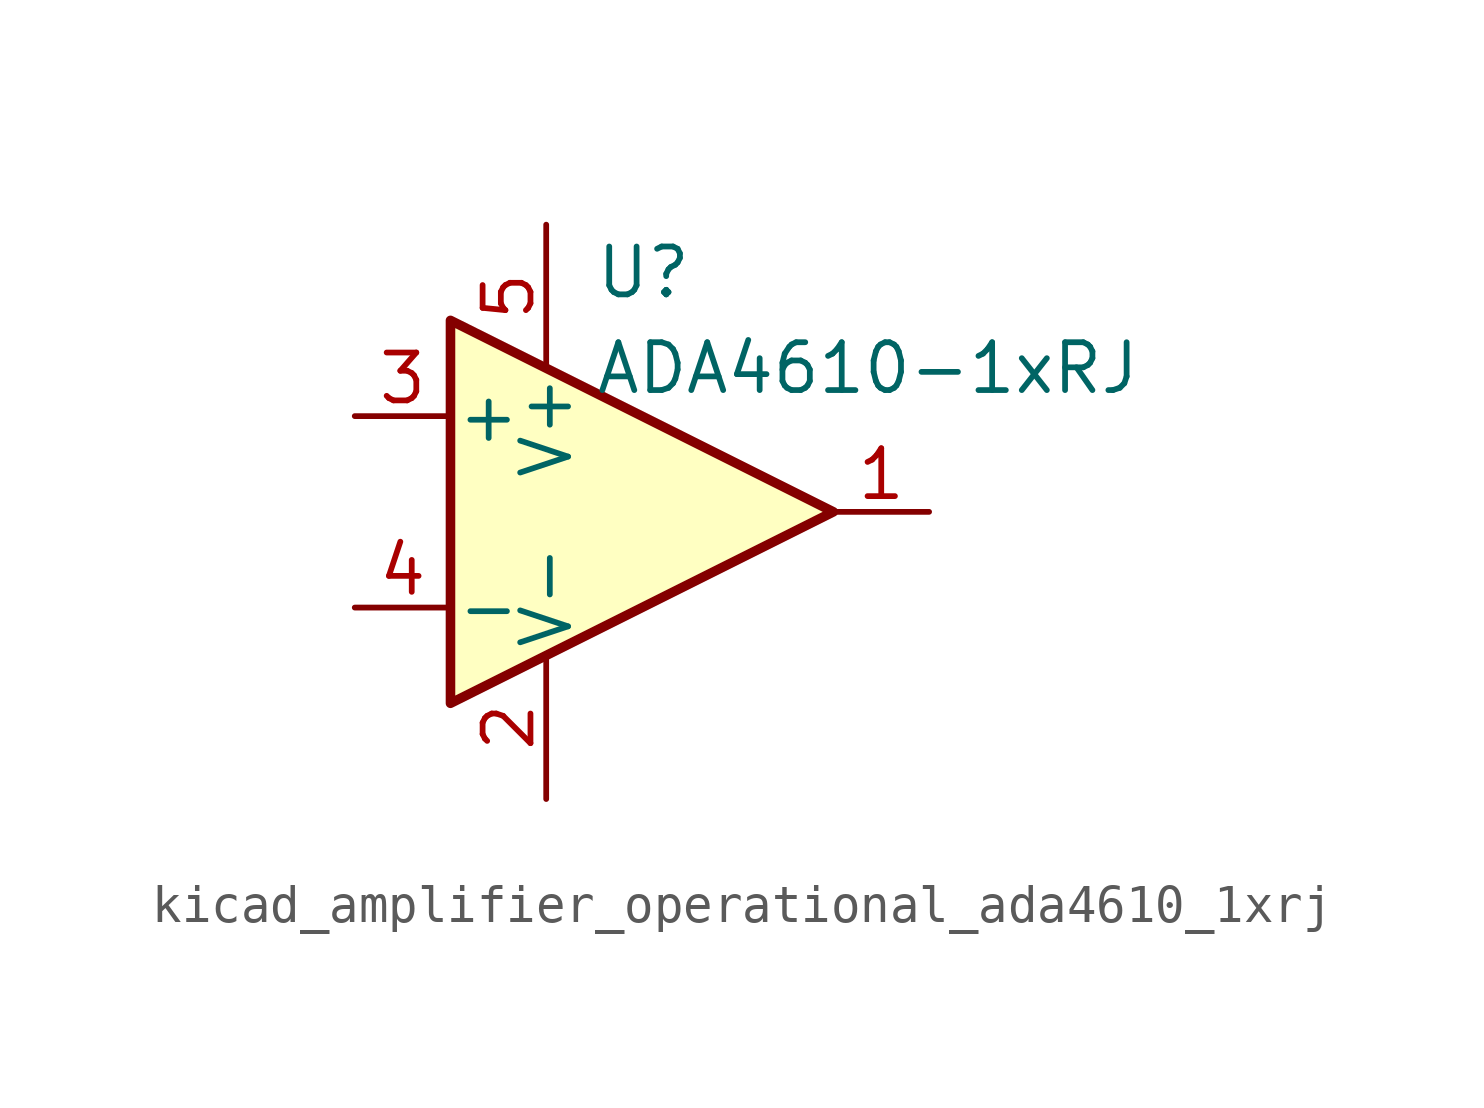
<source format=kicad_sym>
(kicad_symbol_lib
  (version 20220914)
  (generator kicad_symbol_editor)
  (symbol "kicad_amplifier_operational_ada4610_1xrj"
    (pin_names
      (offset 0.127))
    (property "Reference" "U"
      (at -1.27 6.35 0)
      (effects (font (size 1.27 1.27)) (justify left)))
    (property "Value" "ADA4610-1xRJ"
      (at -1.27 3.81 0)
      (effects (font (size 1.27 1.27)) (justify left)))
    (symbol "kicad_amplifier_operational_ada4610_1xrj_0_1"
      (polyline (pts (xy -5.08 5.08) (xy 5.08 0) (xy -5.08 -5.08) (xy -5.08 5.08)) (stroke (width 0.254) (type default)) (fill (type background)))
      (pin power_in line (at -2.54 -7.62 90) (length 3.81) (name "V-" (effects (font (size 1.27 1.27)))) (number "2" (effects (font (size 1.27 1.27)))))
      (pin power_in line (at -2.54 7.62 270) (length 3.81) (name "V+" (effects (font (size 1.27 1.27)))) (number "5" (effects (font (size 1.27 1.27))))))
    (symbol "kicad_amplifier_operational_ada4610_1xrj_1_1"
      (pin output line (at 7.62 0 180) (length 2.54) (name "~" (effects (font (size 1.27 1.27)))) (number "1" (effects (font (size 1.27 1.27)))))
      (pin input line (at -7.62 2.54 0) (length 2.54) (name "+" (effects (font (size 1.27 1.27)))) (number "3" (effects (font (size 1.27 1.27)))))
      (pin input line (at -7.62 -2.54 0) (length 2.54) (name "-" (effects (font (size 1.27 1.27)))) (number "4" (effects (font (size 1.27 1.27))))))))
</source>
